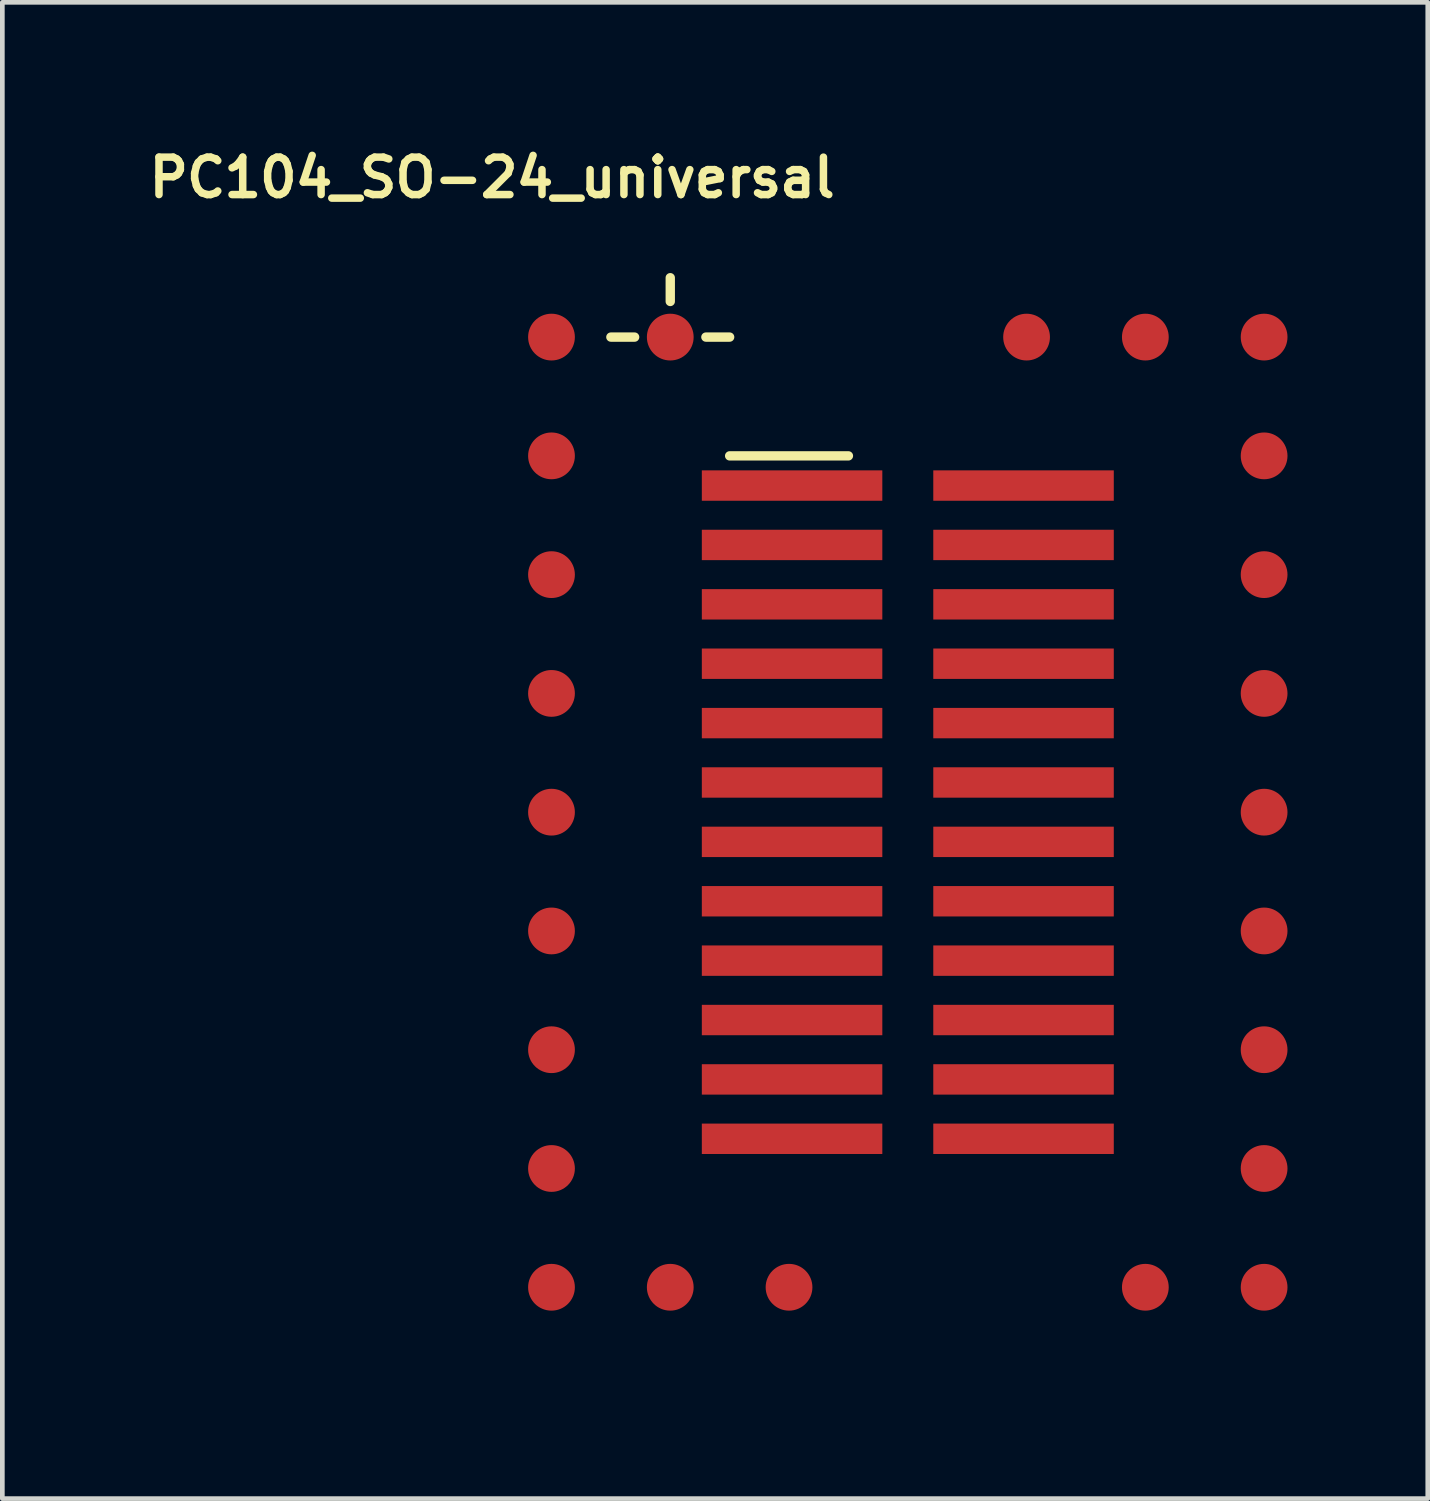
<source format=kicad_pcb>
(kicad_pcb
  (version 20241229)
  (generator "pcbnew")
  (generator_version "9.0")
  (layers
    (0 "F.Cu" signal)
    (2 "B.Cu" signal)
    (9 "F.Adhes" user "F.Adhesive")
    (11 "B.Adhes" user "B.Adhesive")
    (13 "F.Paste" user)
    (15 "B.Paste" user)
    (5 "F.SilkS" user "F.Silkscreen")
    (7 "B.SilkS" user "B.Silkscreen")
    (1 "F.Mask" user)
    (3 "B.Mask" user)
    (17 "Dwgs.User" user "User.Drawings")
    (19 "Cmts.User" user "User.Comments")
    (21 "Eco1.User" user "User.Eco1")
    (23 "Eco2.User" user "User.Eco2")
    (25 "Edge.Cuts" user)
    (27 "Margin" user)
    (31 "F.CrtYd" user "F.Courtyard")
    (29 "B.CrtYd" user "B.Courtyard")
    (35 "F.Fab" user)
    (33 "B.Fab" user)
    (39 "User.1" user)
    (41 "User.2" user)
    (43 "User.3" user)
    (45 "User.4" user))
  (footprint "PC104_SO-24_universal"
    (layer "F.Cu")
    (at 7.474 25.749)
    (property "Reference" "PC104_SO-24_universal" (at 0 -25 0) (layer "F.SilkS") (effects (font (size 0.8 0.8) (thickness 0.16))))
    (attr through_hole)
    (fp_line (start 2.54 -21.59) (end 3.048 -21.59) (stroke (width 0.2) (type solid)) (layer "F.SilkS"))
    (fp_line (start 3.81 -22.86) (end 3.81 -22.352) (stroke (width 0.2) (type solid)) (layer "F.SilkS"))
    (fp_line (start 4.572 -21.59) (end 5.08 -21.59) (stroke (width 0.2) (type solid)) (layer "F.SilkS"))
    (fp_line (start 5.08 -19.05) (end 7.62 -19.05) (stroke (width 0.2) (type solid)) (layer "F.SilkS"))
    (pad "1" smd circle (at 3.81 -21.59 180) (size 1 1) (layers "F.Cu" "F.Mask" "F.Paste"))
    (pad "1" smd rect (at 6.415 -18.415 180) (size 3.86 0.65) (layers "F.Cu" "F.Mask"))
    (pad "2" smd circle (at 1.27 -21.59) (size 1 1) (layers "F.Cu" "F.Mask" "F.Paste"))
    (pad "2" smd rect (at 6.415 -17.145 180) (size 3.86 0.65) (layers "F.Cu" "F.Mask"))
    (pad "3" smd circle (at 1.27 -19.05) (size 1 1) (layers "F.Cu" "F.Mask" "F.Paste"))
    (pad "3" smd rect (at 6.415 -15.875 180) (size 3.86 0.65) (layers "F.Cu" "F.Mask"))
    (pad "4" smd circle (at 1.27 -16.51) (size 1 1) (layers "F.Cu" "F.Mask" "F.Paste"))
    (pad "4" smd rect (at 6.415 -14.605 180) (size 3.86 0.65) (layers "F.Cu" "F.Mask"))
    (pad "5" smd circle (at 1.27 -13.97) (size 1 1) (layers "F.Cu" "F.Mask" "F.Paste"))
    (pad "5" smd rect (at 6.415 -13.335 180) (size 3.86 0.65) (layers "F.Cu" "F.Mask"))
    (pad "6" smd circle (at 1.27 -11.43) (size 1 1) (layers "F.Cu" "F.Mask" "F.Paste"))
    (pad "6" smd rect (at 6.415 -12.065 180) (size 3.86 0.65) (layers "F.Cu" "F.Mask"))
    (pad "7" smd circle (at 1.27 -8.89) (size 1 1) (layers "F.Cu" "F.Mask" "F.Paste"))
    (pad "7" smd rect (at 6.415 -10.795 180) (size 3.86 0.65) (layers "F.Cu" "F.Mask"))
    (pad "8" smd circle (at 1.27 -6.35) (size 1 1) (layers "F.Cu" "F.Mask" "F.Paste"))
    (pad "8" smd rect (at 6.415 -9.525 180) (size 3.86 0.65) (layers "F.Cu" "F.Mask"))
    (pad "9" smd circle (at 1.27 -3.81) (size 1 1) (layers "F.Cu" "F.Mask" "F.Paste"))
    (pad "9" smd rect (at 6.415 -8.255 180) (size 3.86 0.65) (layers "F.Cu" "F.Mask"))
    (pad "10" smd circle (at 1.27 -1.27) (size 1 1) (layers "F.Cu" "F.Mask" "F.Paste"))
    (pad "10" smd rect (at 6.415 -6.985 180) (size 3.86 0.65) (layers "F.Cu" "F.Mask"))
    (pad "11" smd circle (at 3.81 -1.27) (size 1 1) (layers "F.Cu" "F.Mask" "F.Paste"))
    (pad "11" smd rect (at 6.415 -5.715 180) (size 3.86 0.65) (layers "F.Cu" "F.Mask"))
    (pad "12" smd circle (at 6.35 -1.27 180) (size 1 1) (layers "F.Cu" "F.Mask" "F.Paste"))
    (pad "12" smd rect (at 6.415 -4.445 180) (size 3.86 0.65) (layers "F.Cu" "F.Mask"))
    (pad "13" smd rect (at 11.365 -4.445 180) (size 3.86 0.65) (layers "F.Cu" "F.Mask"))
    (pad "13" smd circle (at 13.97 -1.27) (size 1 1) (layers "F.Cu" "F.Mask" "F.Paste"))
    (pad "14" smd rect (at 11.365 -5.715 180) (size 3.86 0.65) (layers "F.Cu" "F.Mask"))
    (pad "14" smd circle (at 16.51 -1.27) (size 1 1) (layers "F.Cu" "F.Mask" "F.Paste"))
    (pad "15" smd rect (at 11.365 -6.985 180) (size 3.86 0.65) (layers "F.Cu" "F.Mask"))
    (pad "15" smd circle (at 16.51 -3.81) (size 1 1) (layers "F.Cu" "F.Mask" "F.Paste"))
    (pad "16" smd rect (at 11.365 -8.255 180) (size 3.86 0.65) (layers "F.Cu" "F.Mask"))
    (pad "16" smd circle (at 16.51 -6.35) (size 1 1) (layers "F.Cu" "F.Mask" "F.Paste"))
    (pad "17" smd rect (at 11.365 -9.525 180) (size 3.86 0.65) (layers "F.Cu" "F.Mask"))
    (pad "17" smd circle (at 16.51 -8.89) (size 1 1) (layers "F.Cu" "F.Mask" "F.Paste"))
    (pad "18" smd rect (at 11.365 -10.795 180) (size 3.86 0.65) (layers "F.Cu" "F.Mask"))
    (pad "18" smd circle (at 16.51 -11.43) (size 1 1) (layers "F.Cu" "F.Mask" "F.Paste"))
    (pad "19" smd rect (at 11.365 -12.065 180) (size 3.86 0.65) (layers "F.Cu" "F.Mask"))
    (pad "19" smd circle (at 16.51 -13.97) (size 1 1) (layers "F.Cu" "F.Mask" "F.Paste"))
    (pad "20" smd rect (at 11.365 -13.335 180) (size 3.86 0.65) (layers "F.Cu" "F.Mask"))
    (pad "20" smd circle (at 16.51 -16.51) (size 1 1) (layers "F.Cu" "F.Mask" "F.Paste"))
    (pad "21" smd rect (at 11.365 -14.605 180) (size 3.86 0.65) (layers "F.Cu" "F.Mask"))
    (pad "21" smd circle (at 16.51 -19.05) (size 1 1) (layers "F.Cu" "F.Mask" "F.Paste"))
    (pad "22" smd rect (at 11.365 -15.875 180) (size 3.86 0.65) (layers "F.Cu" "F.Mask"))
    (pad "22" smd circle (at 16.51 -21.59) (size 1 1) (layers "F.Cu" "F.Mask" "F.Paste"))
    (pad "23" smd rect (at 11.365 -17.145 180) (size 3.86 0.65) (layers "F.Cu" "F.Mask"))
    (pad "23" smd circle (at 13.97 -21.59 180) (size 1 1) (layers "F.Cu" "F.Mask" "F.Paste"))
    (pad "24" smd rect (at 11.365 -18.415 180) (size 3.86 0.65) (layers "F.Cu" "F.Mask"))
    (pad "24" smd circle (at 11.43 -21.59 180) (size 1 1) (layers "F.Cu" "F.Mask" "F.Paste")))
  (gr_rect
    (start -3 -3)
    (end 27.484 28.999)
    (stroke (width 0.1) (type default))
    (fill no)
    (layer "Edge.Cuts")))
</source>
